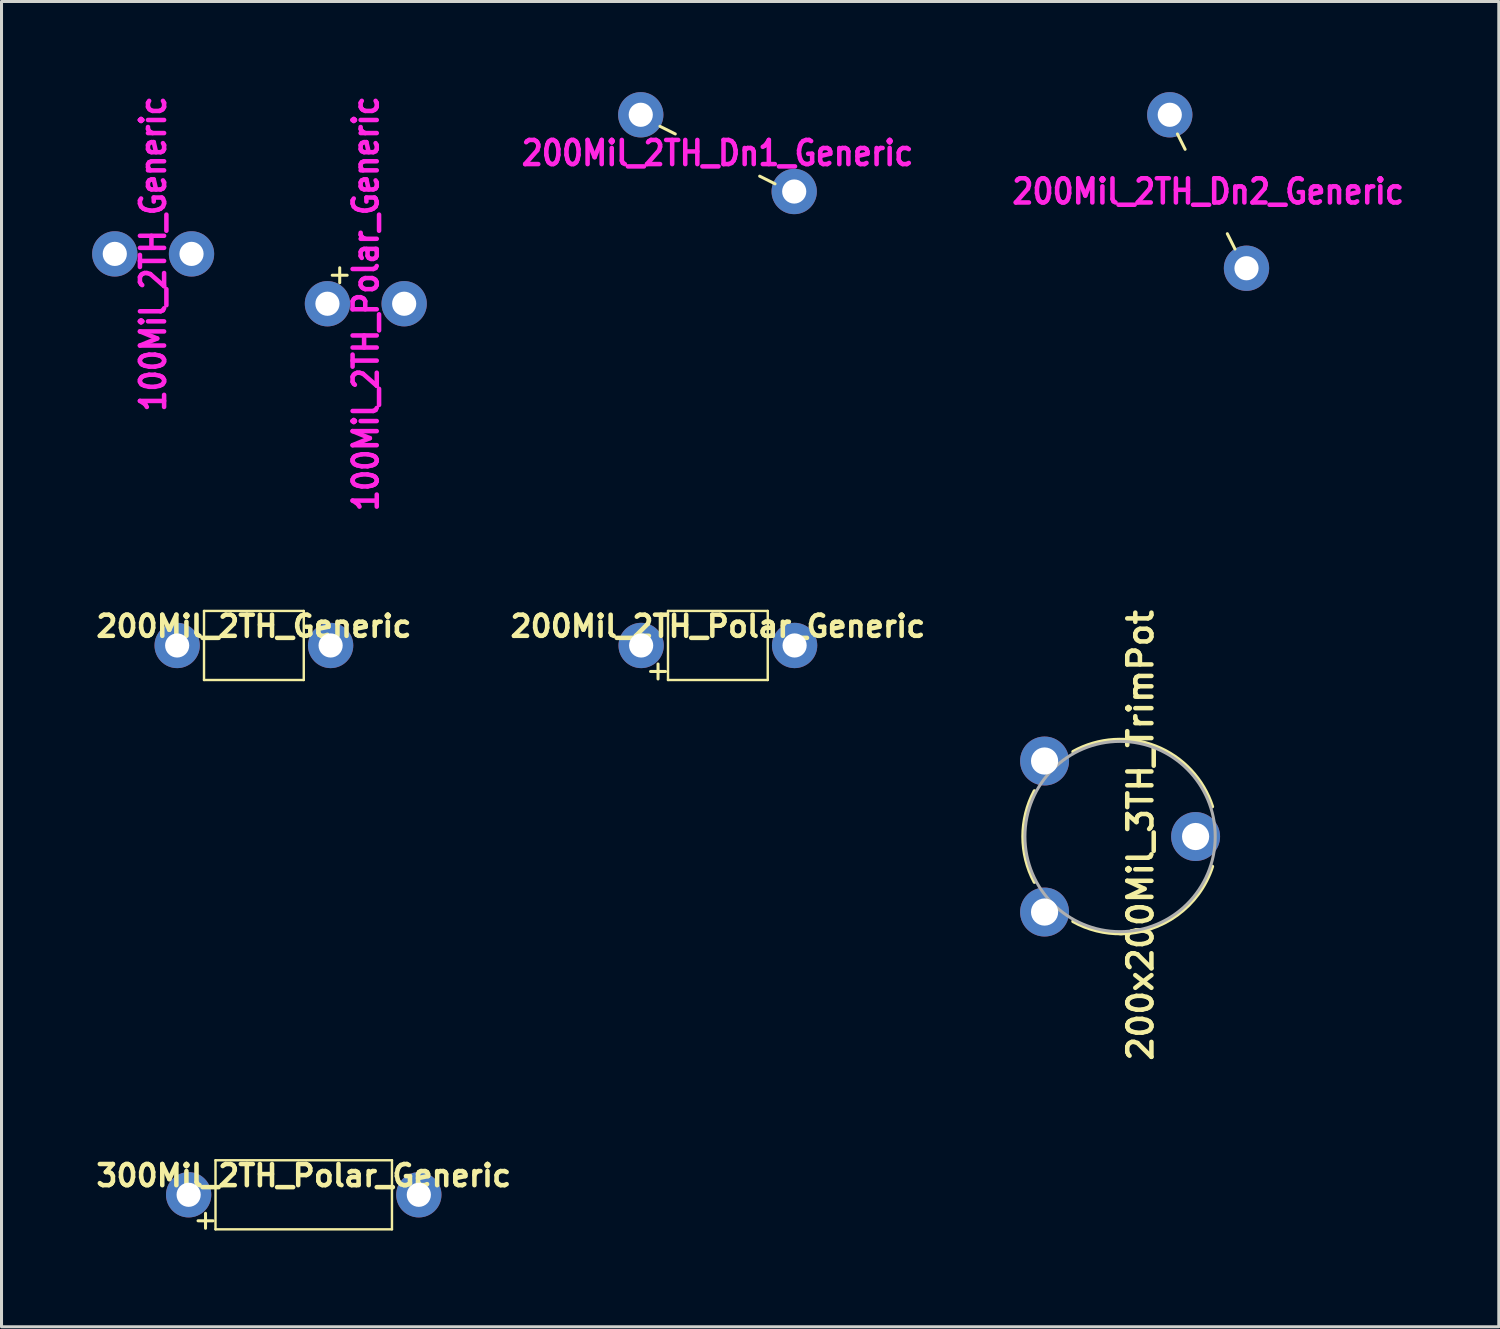
<source format=kicad_pcb>
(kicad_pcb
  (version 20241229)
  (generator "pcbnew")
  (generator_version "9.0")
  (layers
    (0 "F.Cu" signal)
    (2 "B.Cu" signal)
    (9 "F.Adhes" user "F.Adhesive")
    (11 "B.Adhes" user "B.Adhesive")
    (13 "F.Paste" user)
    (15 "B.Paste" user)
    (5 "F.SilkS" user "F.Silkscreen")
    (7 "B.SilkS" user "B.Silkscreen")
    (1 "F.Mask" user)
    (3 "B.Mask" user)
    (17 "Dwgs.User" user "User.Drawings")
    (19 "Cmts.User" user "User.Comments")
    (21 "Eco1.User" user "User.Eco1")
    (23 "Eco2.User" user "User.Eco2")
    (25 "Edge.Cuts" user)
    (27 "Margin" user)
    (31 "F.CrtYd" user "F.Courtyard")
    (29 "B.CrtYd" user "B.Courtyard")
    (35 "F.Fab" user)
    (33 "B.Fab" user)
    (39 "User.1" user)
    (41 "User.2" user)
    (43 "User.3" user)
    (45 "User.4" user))
  (footprint "200Mil_2TH_Dn1_Generic"
    (placed yes)
    (layer "F.Cu")
    (at 18.162 0.75)
    (property "Reference" "200Mil_2TH_Dn1_Generic" (at 2.54 1.27 0) (layer "F.CrtYd") (effects (font (size 0.8 0.7) (thickness 0.15))))
    (attr through_hole)
    (fp_line (start 0.635 0.381) (end 1.143 0.635) (stroke (width 0.1) (type solid)) (layer "F.SilkS"))
    (fp_line (start 4.445 2.286) (end 3.937 2.032) (stroke (width 0.1) (type solid)) (layer "F.SilkS"))
    (pad "1" thru_hole circle (at 0 0) (size 1.5 1.5) (drill 0.8) (layers "*.Cu" "*.Mask"))
    (pad "2" thru_hole circle (at 5.08 2.54) (size 1.5 1.5) (drill 0.8) (layers "*.Cu" "*.Mask")))
  (footprint "200Mil_2TH_Dn2_Generic"
    (placed yes)
    (layer "F.Cu")
    (at 35.675 0.75)
    (property "Reference" "200Mil_2TH_Dn2_Generic" (at 1.27 2.54 0) (layer "F.CrtYd") (effects (font (size 0.8 0.7) (thickness 0.15))))
    (attr through_hole)
    (fp_line (start 0.254 0.635) (end 0.508 1.143) (stroke (width 0.1) (type solid)) (layer "F.SilkS"))
    (fp_line (start 2.159 4.445) (end 1.905 3.937) (stroke (width 0.1) (type solid)) (layer "F.SilkS"))
    (pad "1" thru_hole circle (at 0 0) (size 1.5 1.5) (drill 0.8) (layers "*.Cu" "*.Mask"))
    (pad "2" thru_hole circle (at 2.54 5.08) (size 1.5 1.5) (drill 0.8) (layers "*.Cu" "*.Mask")))
  (footprint "300Mil_2TH_Polar_Generic"
    (placed yes)
    (layer "F.Cu")
    (at 3.195 36.503)
    (property "Reference" "300Mil_2TH_Polar_Generic" (at 3.81 -0.635 0) (layer "F.SilkS") (effects (font (size 0.7 0.7) (thickness 0.15))))
    (attr through_hole)
    (fp_line (start 0.889 -1.143) (end 0.889 1.143) (stroke (width 0.08) (type solid)) (layer "F.SilkS"))
    (fp_line (start 6.731 -1.143) (end 0.889 -1.143) (stroke (width 0.08) (type solid)) (layer "F.SilkS"))
    (fp_line (start 6.731 1.143) (end 0.889 1.143) (stroke (width 0.08) (type solid)) (layer "F.SilkS"))
    (fp_line (start 6.731 1.143) (end 6.731 -1.143) (stroke (width 0.08) (type solid)) (layer "F.SilkS"))
    (fp_text user "+" (at 0.559 0.813 0) (layer "F.SilkS") (effects (font (size 0.65 0.65) (thickness 0.1))))
    (pad "1" thru_hole circle (at 0 0) (size 1.5 1.5) (drill 0.8) (layers "*.Cu" "*.Mask"))
    (pad "2" thru_hole circle (at 7.62 0) (size 1.5 1.5) (drill 0.8) (layers "*.Cu" "*.Mask")))
  (footprint "200x200Mil_3TH_TrimPot"
    (layer "F.Cu")
    (at 31.53 27.143)
    (property "Reference" "200x200Mil_3TH_TrimPot" (at 3.175 -2.54 90) (layer "F.SilkS") (effects (font (size 0.8 0.8) (thickness 0.15))))
    (attr through_hole)
    (fp_arc (start -0.334672 -0.992382) (mid -0.710651 -2.49965) (end -0.335 -4.007) (stroke (width 0.12) (type solid)) (layer "F.SilkS"))
    (fp_arc (start 0.944668 -5.307816) (mid 3.677267 -5.486123) (end 5.553 -3.491) (stroke (width 0.12) (type solid)) (layer "F.SilkS"))
    (fp_arc (start 2.556464 0.709799) (mid 1.723783 0.615042) (end 0.944 0.308) (stroke (width 0.12) (type solid)) (layer "F.SilkS"))
    (fp_arc (start 5.552891 -1.508055) (mid 4.38679 0.096945) (end 2.5 0.71) (stroke (width 0.12) (type solid)) (layer "F.SilkS"))
    (fp_circle (center 2.5 -2.5) (end 5.65 -2.5) (stroke (width 0.1) (type solid)) (fill no) (layer "F.Fab"))
    (pad "1" thru_hole circle (at 0 0) (size 1.62 1.62) (drill 0.9) (layers "*.Cu" "*.Mask"))
    (pad "2" thru_hole circle (at 5 -2.5) (size 1.62 1.62) (drill 0.9) (layers "*.Cu" "*.Mask"))
    (pad "3" thru_hole circle (at 0 -5) (size 1.62 1.62) (drill 0.9) (layers "*.Cu" "*.Mask")))
  (footprint "200Mil_2TH_Polar_Generic"
    (placed yes)
    (layer "F.Cu")
    (at 18.175 18.318)
    (property "Reference" "200Mil_2TH_Polar_Generic" (at 2.54 -0.635 0) (layer "F.SilkS") (effects (font (size 0.7 0.7) (thickness 0.15))))
    (attr through_hole)
    (fp_line (start 0.889 -1.143) (end 0.889 1.143) (stroke (width 0.08) (type solid)) (layer "F.SilkS"))
    (fp_line (start 4.191 -1.143) (end 0.889 -1.143) (stroke (width 0.08) (type solid)) (layer "F.SilkS"))
    (fp_line (start 4.191 1.143) (end 0.889 1.143) (stroke (width 0.08) (type solid)) (layer "F.SilkS"))
    (fp_line (start 4.191 1.143) (end 4.191 -1.143) (stroke (width 0.08) (type solid)) (layer "F.SilkS"))
    (fp_text user "+" (at 0.559 0.813 0) (layer "F.SilkS") (effects (font (size 0.65 0.65) (thickness 0.1))))
    (pad "1" thru_hole circle (at 0 0) (size 1.5 1.5) (drill 0.8) (layers "*.Cu" "*.Mask"))
    (pad "2" thru_hole circle (at 5.08 0) (size 1.5 1.5) (drill 0.8) (layers "*.Cu" "*.Mask")))
  (footprint "100Mil_2TH_Generic"
    (placed yes)
    (layer "F.Cu")
    (at 0.75 5.355)
    (property "Reference" "100Mil_2TH_Generic" (at 1.27 0 90) (layer "F.CrtYd") (effects (font (size 0.8 0.7) (thickness 0.15))))
    (attr through_hole)
    (pad "1" thru_hole circle (at 0 0) (size 1.5 1.5) (drill 0.8) (layers "*.Cu" "*.Mask"))
    (pad "2" thru_hole circle (at 2.54 0) (size 1.5 1.5) (drill 0.8) (layers "*.Cu" "*.Mask")))
  (footprint "200Mil_2TH_Generic"
    (placed yes)
    (layer "F.Cu")
    (at 2.815 18.318)
    (property "Reference" "200Mil_2TH_Generic" (at 2.54 -0.635 0) (layer "F.SilkS") (effects (font (size 0.7 0.7) (thickness 0.15))))
    (attr through_hole)
    (fp_line (start 0.889 -1.143) (end 0.889 1.143) (stroke (width 0.08) (type solid)) (layer "F.SilkS"))
    (fp_line (start 4.191 -1.143) (end 0.889 -1.143) (stroke (width 0.08) (type solid)) (layer "F.SilkS"))
    (fp_line (start 4.191 1.143) (end 0.889 1.143) (stroke (width 0.08) (type solid)) (layer "F.SilkS"))
    (fp_line (start 4.191 1.143) (end 4.191 -1.143) (stroke (width 0.08) (type solid)) (layer "F.SilkS"))
    (pad "1" thru_hole circle (at 0 0) (size 1.5 1.5) (drill 0.8) (layers "*.Cu" "*.Mask"))
    (pad "2" thru_hole circle (at 5.08 0) (size 1.5 1.5) (drill 0.8) (layers "*.Cu" "*.Mask")))
  (footprint "100Mil_2TH_Polar_Generic"
    (placed yes)
    (layer "F.Cu")
    (at 7.79 7.005)
    (property "Reference" "100Mil_2TH_Polar_Generic" (at 1.27 0 90) (layer "F.CrtYd") (effects (font (size 0.8 0.7) (thickness 0.15))))
    (attr through_hole)
    (fp_text user "+" (at 0.406 -0.991 0) (layer "F.SilkS") (effects (font (size 0.65 0.65) (thickness 0.1))))
    (pad "1" thru_hole circle (at 0 0) (size 1.5 1.5) (drill 0.8) (layers "*.Cu" "*.Mask"))
    (pad "2" thru_hole circle (at 2.54 0) (size 1.5 1.5) (drill 0.8) (layers "*.Cu" "*.Mask")))
  (gr_rect
    (start -3 -3)
    (end 46.567 40.872)
    (stroke (width 0.1) (type default))
    (fill no)
    (layer "Edge.Cuts")))
</source>
